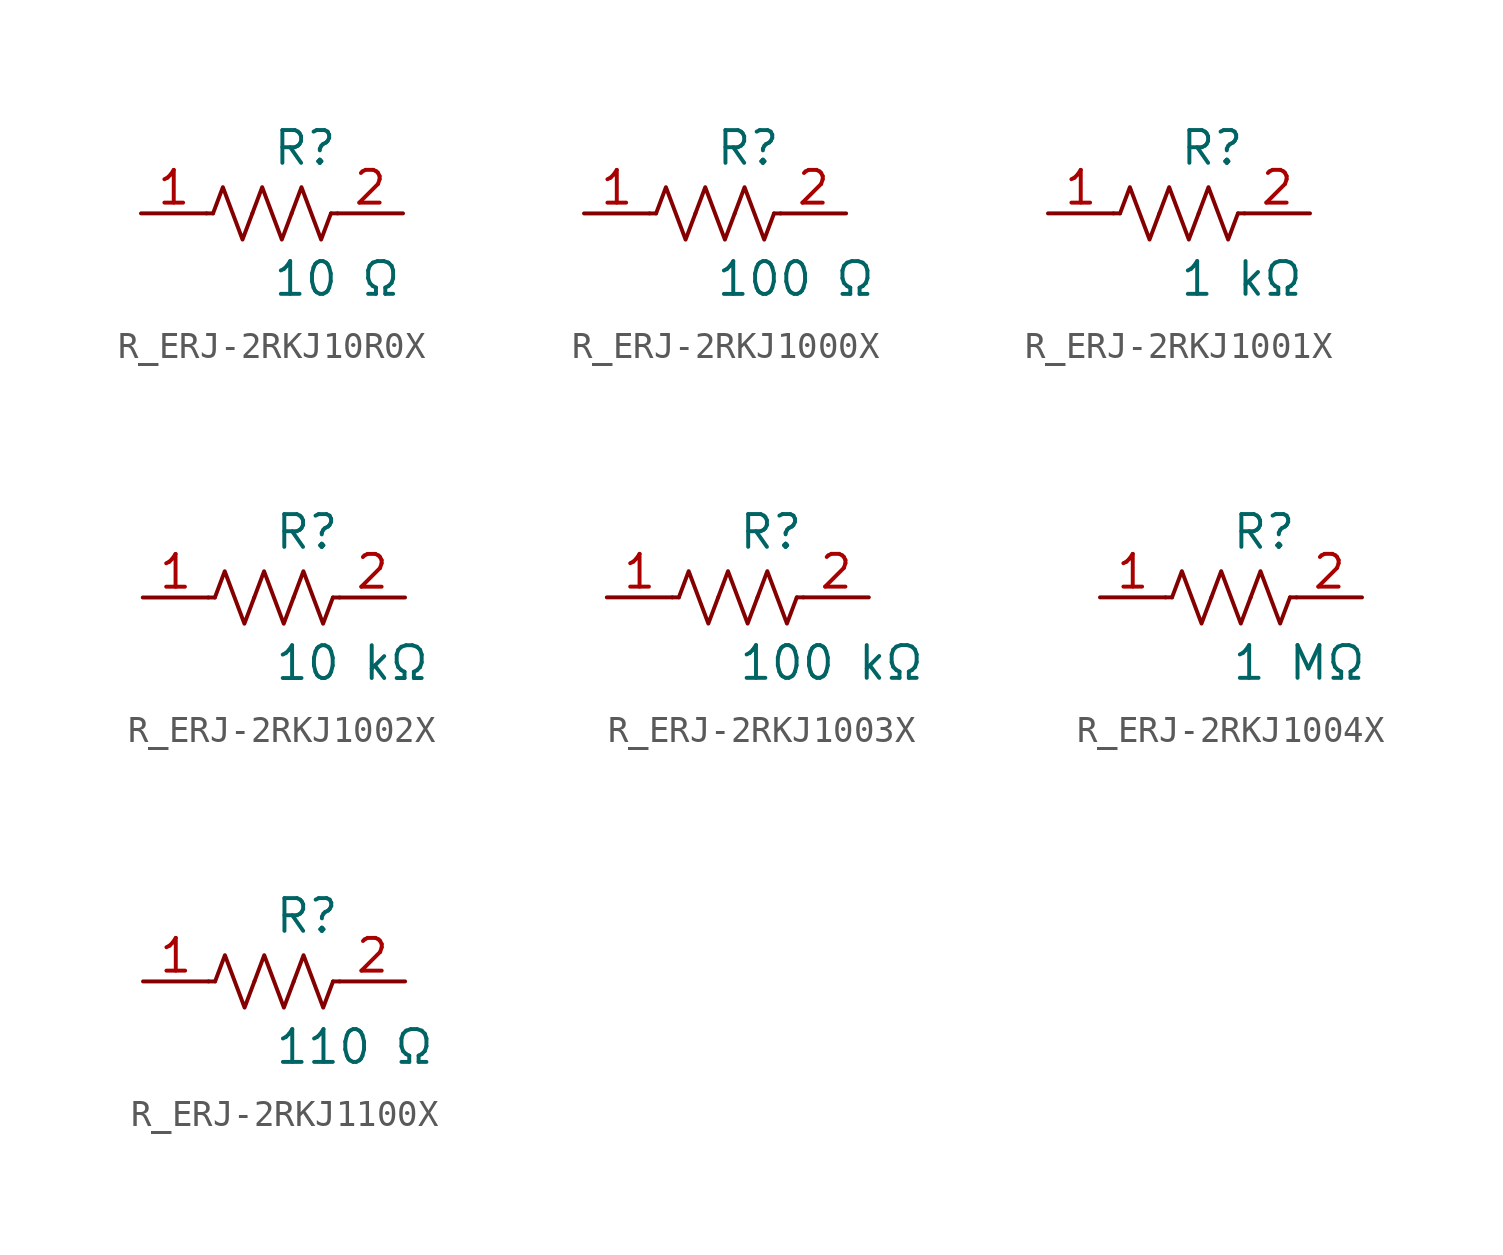
<source format=kicad_sym>
(kicad_symbol_lib
  (version 20231120)
  (generator kicad_symbol_editor)
  (generator_version 8.0)
  (symbol "R_ERJ-2RKJ10R0X"
    (pin_names
      (offset 0.254))
    (property "Reference" "R"
      (at 0.0 2.54 0)
      (effects (font (size 1.27 1.27)) (justify left)))
    (property "Value" "10 Ω"
      (at 0.0 -2.54 0)
      (effects (font (size 1.27 1.27)) (justify left)))
    (symbol "R_ERJ-2RKJ10R0X_0_1"
      (polyline (pts (xy 2.286 0) (xy 2.54 0)) (stroke (width 0) (type default)) (fill (type none)))
      (polyline (pts (xy -2.286 0) (xy -2.54 0)) (stroke (width 0) (type default)) (fill (type none)))
      (polyline (pts (xy 0.762 0) (xy 1.143 1.016) (xy 1.524 0) (xy 1.905 -1.016) (xy 2.286 0)) (stroke (width 0) (type default)) (fill (type none)))
      (polyline (pts (xy -0.762 0) (xy -0.381 1.016) (xy 0 0) (xy 0.381 -1.016) (xy 0.762 0)) (stroke (width 0) (type default)) (fill (type none)))
      (polyline (pts (xy -2.286 0) (xy -1.905 1.016) (xy -1.524 0) (xy -1.143 -1.016) (xy -0.762 0)) (stroke (width 0) (type default)) (fill (type none))))
    (pin unspecified line
      (at -5.08 0 0)
      (length 2.54)
      (name "" (effects (font (size 1.27 1.27))))
      (number "1" (effects (font (size 1.27 1.27)))))
    (pin unspecified line
      (at 5.08 0 180)
      (length 2.54)
      (name "" (effects (font (size 1.27 1.27))))
      (number "2" (effects (font (size 1.27 1.27))))))
  (symbol "R_ERJ-2RKJ1000X"
    (pin_names
      (offset 0.254))
    (property "Reference" "R"
      (at 0.0 2.54 0)
      (effects (font (size 1.27 1.27)) (justify left)))
    (property "Value" "100 Ω"
      (at 0.0 -2.54 0)
      (effects (font (size 1.27 1.27)) (justify left)))
    (symbol "R_ERJ-2RKJ1000X_0_1"
      (polyline (pts (xy 2.286 0) (xy 2.54 0)) (stroke (width 0) (type default)) (fill (type none)))
      (polyline (pts (xy -2.286 0) (xy -2.54 0)) (stroke (width 0) (type default)) (fill (type none)))
      (polyline (pts (xy 0.762 0) (xy 1.143 1.016) (xy 1.524 0) (xy 1.905 -1.016) (xy 2.286 0)) (stroke (width 0) (type default)) (fill (type none)))
      (polyline (pts (xy -0.762 0) (xy -0.381 1.016) (xy 0 0) (xy 0.381 -1.016) (xy 0.762 0)) (stroke (width 0) (type default)) (fill (type none)))
      (polyline (pts (xy -2.286 0) (xy -1.905 1.016) (xy -1.524 0) (xy -1.143 -1.016) (xy -0.762 0)) (stroke (width 0) (type default)) (fill (type none))))
    (pin unspecified line
      (at -5.08 0 0)
      (length 2.54)
      (name "" (effects (font (size 1.27 1.27))))
      (number "1" (effects (font (size 1.27 1.27)))))
    (pin unspecified line
      (at 5.08 0 180)
      (length 2.54)
      (name "" (effects (font (size 1.27 1.27))))
      (number "2" (effects (font (size 1.27 1.27))))))
  (symbol "R_ERJ-2RKJ1001X"
    (pin_names
      (offset 0.254))
    (property "Reference" "R"
      (at 0.0 2.54 0)
      (effects (font (size 1.27 1.27)) (justify left)))
    (property "Value" "1 kΩ"
      (at 0.0 -2.54 0)
      (effects (font (size 1.27 1.27)) (justify left)))
    (symbol "R_ERJ-2RKJ1001X_0_1"
      (polyline (pts (xy 2.286 0) (xy 2.54 0)) (stroke (width 0) (type default)) (fill (type none)))
      (polyline (pts (xy -2.286 0) (xy -2.54 0)) (stroke (width 0) (type default)) (fill (type none)))
      (polyline (pts (xy 0.762 0) (xy 1.143 1.016) (xy 1.524 0) (xy 1.905 -1.016) (xy 2.286 0)) (stroke (width 0) (type default)) (fill (type none)))
      (polyline (pts (xy -0.762 0) (xy -0.381 1.016) (xy 0 0) (xy 0.381 -1.016) (xy 0.762 0)) (stroke (width 0) (type default)) (fill (type none)))
      (polyline (pts (xy -2.286 0) (xy -1.905 1.016) (xy -1.524 0) (xy -1.143 -1.016) (xy -0.762 0)) (stroke (width 0) (type default)) (fill (type none))))
    (pin unspecified line
      (at -5.08 0 0)
      (length 2.54)
      (name "" (effects (font (size 1.27 1.27))))
      (number "1" (effects (font (size 1.27 1.27)))))
    (pin unspecified line
      (at 5.08 0 180)
      (length 2.54)
      (name "" (effects (font (size 1.27 1.27))))
      (number "2" (effects (font (size 1.27 1.27))))))
  (symbol "R_ERJ-2RKJ1002X"
    (pin_names
      (offset 0.254))
    (property "Reference" "R"
      (at 0.0 2.54 0)
      (effects (font (size 1.27 1.27)) (justify left)))
    (property "Value" "10 kΩ"
      (at 0.0 -2.54 0)
      (effects (font (size 1.27 1.27)) (justify left)))
    (symbol "R_ERJ-2RKJ1002X_0_1"
      (polyline (pts (xy 2.286 0) (xy 2.54 0)) (stroke (width 0) (type default)) (fill (type none)))
      (polyline (pts (xy -2.286 0) (xy -2.54 0)) (stroke (width 0) (type default)) (fill (type none)))
      (polyline (pts (xy 0.762 0) (xy 1.143 1.016) (xy 1.524 0) (xy 1.905 -1.016) (xy 2.286 0)) (stroke (width 0) (type default)) (fill (type none)))
      (polyline (pts (xy -0.762 0) (xy -0.381 1.016) (xy 0 0) (xy 0.381 -1.016) (xy 0.762 0)) (stroke (width 0) (type default)) (fill (type none)))
      (polyline (pts (xy -2.286 0) (xy -1.905 1.016) (xy -1.524 0) (xy -1.143 -1.016) (xy -0.762 0)) (stroke (width 0) (type default)) (fill (type none))))
    (pin unspecified line
      (at -5.08 0 0)
      (length 2.54)
      (name "" (effects (font (size 1.27 1.27))))
      (number "1" (effects (font (size 1.27 1.27)))))
    (pin unspecified line
      (at 5.08 0 180)
      (length 2.54)
      (name "" (effects (font (size 1.27 1.27))))
      (number "2" (effects (font (size 1.27 1.27))))))
  (symbol "R_ERJ-2RKJ1003X"
    (pin_names
      (offset 0.254))
    (property "Reference" "R"
      (at 0.0 2.54 0)
      (effects (font (size 1.27 1.27)) (justify left)))
    (property "Value" "100 kΩ"
      (at 0.0 -2.54 0)
      (effects (font (size 1.27 1.27)) (justify left)))
    (symbol "R_ERJ-2RKJ1003X_0_1"
      (polyline (pts (xy 2.286 0) (xy 2.54 0)) (stroke (width 0) (type default)) (fill (type none)))
      (polyline (pts (xy -2.286 0) (xy -2.54 0)) (stroke (width 0) (type default)) (fill (type none)))
      (polyline (pts (xy 0.762 0) (xy 1.143 1.016) (xy 1.524 0) (xy 1.905 -1.016) (xy 2.286 0)) (stroke (width 0) (type default)) (fill (type none)))
      (polyline (pts (xy -0.762 0) (xy -0.381 1.016) (xy 0 0) (xy 0.381 -1.016) (xy 0.762 0)) (stroke (width 0) (type default)) (fill (type none)))
      (polyline (pts (xy -2.286 0) (xy -1.905 1.016) (xy -1.524 0) (xy -1.143 -1.016) (xy -0.762 0)) (stroke (width 0) (type default)) (fill (type none))))
    (pin unspecified line
      (at -5.08 0 0)
      (length 2.54)
      (name "" (effects (font (size 1.27 1.27))))
      (number "1" (effects (font (size 1.27 1.27)))))
    (pin unspecified line
      (at 5.08 0 180)
      (length 2.54)
      (name "" (effects (font (size 1.27 1.27))))
      (number "2" (effects (font (size 1.27 1.27))))))
  (symbol "R_ERJ-2RKJ1004X"
    (pin_names
      (offset 0.254))
    (property "Reference" "R"
      (at 0.0 2.54 0)
      (effects (font (size 1.27 1.27)) (justify left)))
    (property "Value" "1 MΩ"
      (at 0.0 -2.54 0)
      (effects (font (size 1.27 1.27)) (justify left)))
    (symbol "R_ERJ-2RKJ1004X_0_1"
      (polyline (pts (xy 2.286 0) (xy 2.54 0)) (stroke (width 0) (type default)) (fill (type none)))
      (polyline (pts (xy -2.286 0) (xy -2.54 0)) (stroke (width 0) (type default)) (fill (type none)))
      (polyline (pts (xy 0.762 0) (xy 1.143 1.016) (xy 1.524 0) (xy 1.905 -1.016) (xy 2.286 0)) (stroke (width 0) (type default)) (fill (type none)))
      (polyline (pts (xy -0.762 0) (xy -0.381 1.016) (xy 0 0) (xy 0.381 -1.016) (xy 0.762 0)) (stroke (width 0) (type default)) (fill (type none)))
      (polyline (pts (xy -2.286 0) (xy -1.905 1.016) (xy -1.524 0) (xy -1.143 -1.016) (xy -0.762 0)) (stroke (width 0) (type default)) (fill (type none))))
    (pin unspecified line
      (at -5.08 0 0)
      (length 2.54)
      (name "" (effects (font (size 1.27 1.27))))
      (number "1" (effects (font (size 1.27 1.27)))))
    (pin unspecified line
      (at 5.08 0 180)
      (length 2.54)
      (name "" (effects (font (size 1.27 1.27))))
      (number "2" (effects (font (size 1.27 1.27))))))
  (symbol "R_ERJ-2RKJ1100X"
    (pin_names
      (offset 0.254))
    (property "Reference" "R"
      (at 0.0 2.54 0)
      (effects (font (size 1.27 1.27)) (justify left)))
    (property "Value" "110 Ω"
      (at 0.0 -2.54 0)
      (effects (font (size 1.27 1.27)) (justify left)))
    (symbol "R_ERJ-2RKJ1100X_0_1"
      (polyline (pts (xy 2.286 0) (xy 2.54 0)) (stroke (width 0) (type default)) (fill (type none)))
      (polyline (pts (xy -2.286 0) (xy -2.54 0)) (stroke (width 0) (type default)) (fill (type none)))
      (polyline (pts (xy 0.762 0) (xy 1.143 1.016) (xy 1.524 0) (xy 1.905 -1.016) (xy 2.286 0)) (stroke (width 0) (type default)) (fill (type none)))
      (polyline (pts (xy -0.762 0) (xy -0.381 1.016) (xy 0 0) (xy 0.381 -1.016) (xy 0.762 0)) (stroke (width 0) (type default)) (fill (type none)))
      (polyline (pts (xy -2.286 0) (xy -1.905 1.016) (xy -1.524 0) (xy -1.143 -1.016) (xy -0.762 0)) (stroke (width 0) (type default)) (fill (type none))))
    (pin unspecified line
      (at -5.08 0 0)
      (length 2.54)
      (name "" (effects (font (size 1.27 1.27))))
      (number "1" (effects (font (size 1.27 1.27)))))
    (pin unspecified line
      (at 5.08 0 180)
      (length 2.54)
      (name "" (effects (font (size 1.27 1.27))))
      (number "2" (effects (font (size 1.27 1.27)))))))
</source>
